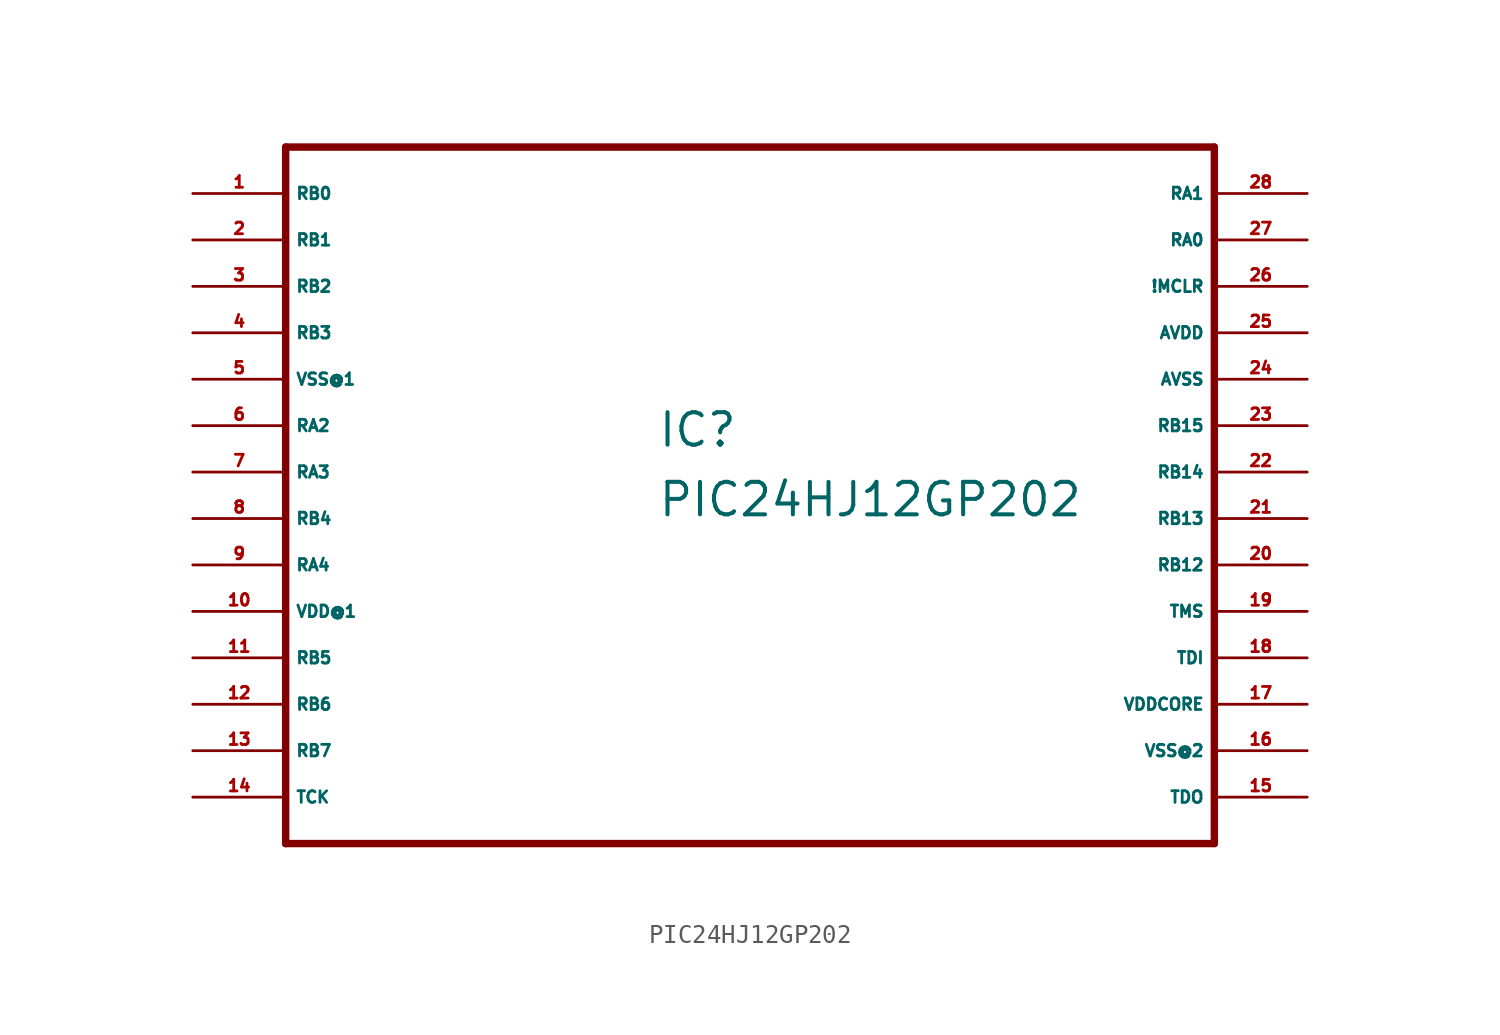
<source format=kicad_sym>
(kicad_symbol_lib
  (version 20220914)
  (generator Eagle2Kicad)
  (symbol "PIC24HJ12GP202"
    (property "Reference" "IC"
      (at -5.08 1.27 0)
      (effects (font (size 1.778 1.778) (thickness 0.22)) (justify left bottom)))
    (property "Value" "PIC24HJ12GP202"
      (at -5.08 -2.54 0)
      (effects (font (size 1.778 1.778) (thickness 0.22)) (justify left bottom)))
    (polyline
      (pts (xy -25.4 -20.32) (xy 25.4 -20.32))
      (stroke (width 0.406) (type default))
      (fill (type none)))
    (polyline
      (pts (xy 25.4 -20.32) (xy 25.4 17.78))
      (stroke (width 0.406) (type default))
      (fill (type none)))
    (polyline
      (pts (xy 25.4 17.78) (xy -25.4 17.78))
      (stroke (width 0.406) (type default))
      (fill (type none)))
    (polyline
      (pts (xy -25.4 17.78) (xy -25.4 -20.32))
      (stroke (width 0.406) (type default))
      (fill (type none)))
    (pin bidirectional line
      (at -30.48 15.24 0)
      (length 5.08)
      (name "RB0" (effects (font (size 0.635 0.635) (thickness 0.08)) (justify left bottom)))
      (number "1" (effects (font (size 0.635 0.635) (thickness 0.08)) (justify left bottom))))
    (pin bidirectional line
      (at -30.48 12.7 0)
      (length 5.08)
      (name "RB1" (effects (font (size 0.635 0.635) (thickness 0.08)) (justify left bottom)))
      (number "2" (effects (font (size 0.635 0.635) (thickness 0.08)) (justify left bottom))))
    (pin bidirectional line
      (at -30.48 10.16 0)
      (length 5.08)
      (name "RB2" (effects (font (size 0.635 0.635) (thickness 0.08)) (justify left bottom)))
      (number "3" (effects (font (size 0.635 0.635) (thickness 0.08)) (justify left bottom))))
    (pin bidirectional line
      (at -30.48 7.62 0)
      (length 5.08)
      (name "RB3" (effects (font (size 0.635 0.635) (thickness 0.08)) (justify left bottom)))
      (number "4" (effects (font (size 0.635 0.635) (thickness 0.08)) (justify left bottom))))
    (pin unspecified line
      (at -30.48 5.08 0)
      (length 5.08)
      (name "VSS@1" (effects (font (size 0.635 0.635) (thickness 0.08)) (justify left bottom)))
      (number "5" (effects (font (size 0.635 0.635) (thickness 0.08)) (justify left bottom))))
    (pin bidirectional line
      (at -30.48 2.54 0)
      (length 5.08)
      (name "RA2" (effects (font (size 0.635 0.635) (thickness 0.08)) (justify left bottom)))
      (number "6" (effects (font (size 0.635 0.635) (thickness 0.08)) (justify left bottom))))
    (pin bidirectional line
      (at -30.48 0 0)
      (length 5.08)
      (name "RA3" (effects (font (size 0.635 0.635) (thickness 0.08)) (justify left bottom)))
      (number "7" (effects (font (size 0.635 0.635) (thickness 0.08)) (justify left bottom))))
    (pin bidirectional line
      (at -30.48 -2.54 0)
      (length 5.08)
      (name "RB4" (effects (font (size 0.635 0.635) (thickness 0.08)) (justify left bottom)))
      (number "8" (effects (font (size 0.635 0.635) (thickness 0.08)) (justify left bottom))))
    (pin bidirectional line
      (at -30.48 -5.08 0)
      (length 5.08)
      (name "RA4" (effects (font (size 0.635 0.635) (thickness 0.08)) (justify left bottom)))
      (number "9" (effects (font (size 0.635 0.635) (thickness 0.08)) (justify left bottom))))
    (pin unspecified line
      (at -30.48 -7.62 0)
      (length 5.08)
      (name "VDD@1" (effects (font (size 0.635 0.635) (thickness 0.08)) (justify left bottom)))
      (number "10" (effects (font (size 0.635 0.635) (thickness 0.08)) (justify left bottom))))
    (pin bidirectional line
      (at -30.48 -10.16 0)
      (length 5.08)
      (name "RB5" (effects (font (size 0.635 0.635) (thickness 0.08)) (justify left bottom)))
      (number "11" (effects (font (size 0.635 0.635) (thickness 0.08)) (justify left bottom))))
    (pin bidirectional line
      (at -30.48 -12.7 0)
      (length 5.08)
      (name "RB6" (effects (font (size 0.635 0.635) (thickness 0.08)) (justify left bottom)))
      (number "12" (effects (font (size 0.635 0.635) (thickness 0.08)) (justify left bottom))))
    (pin bidirectional line
      (at -30.48 -15.24 0)
      (length 5.08)
      (name "RB7" (effects (font (size 0.635 0.635) (thickness 0.08)) (justify left bottom)))
      (number "13" (effects (font (size 0.635 0.635) (thickness 0.08)) (justify left bottom))))
    (pin input line
      (at -30.48 -17.78 0)
      (length 5.08)
      (name "TCK" (effects (font (size 0.635 0.635) (thickness 0.08)) (justify left bottom)))
      (number "14" (effects (font (size 0.635 0.635) (thickness 0.08)) (justify left bottom))))
    (pin output line
      (at 30.48 -17.78 180)
      (length 5.08)
      (name "TDO" (effects (font (size 0.635 0.635) (thickness 0.08)) (justify left bottom)))
      (number "15" (effects (font (size 0.635 0.635) (thickness 0.08)) (justify left bottom))))
    (pin unspecified line
      (at 30.48 -15.24 180)
      (length 5.08)
      (name "VSS@2" (effects (font (size 0.635 0.635) (thickness 0.08)) (justify left bottom)))
      (number "16" (effects (font (size 0.635 0.635) (thickness 0.08)) (justify left bottom))))
    (pin unspecified line
      (at 30.48 -12.7 180)
      (length 5.08)
      (name "VDDCORE" (effects (font (size 0.635 0.635) (thickness 0.08)) (justify left bottom)))
      (number "17" (effects (font (size 0.635 0.635) (thickness 0.08)) (justify left bottom))))
    (pin input line
      (at 30.48 -10.16 180)
      (length 5.08)
      (name "TDI" (effects (font (size 0.635 0.635) (thickness 0.08)) (justify left bottom)))
      (number "18" (effects (font (size 0.635 0.635) (thickness 0.08)) (justify left bottom))))
    (pin input line
      (at 30.48 -7.62 180)
      (length 5.08)
      (name "TMS" (effects (font (size 0.635 0.635) (thickness 0.08)) (justify left bottom)))
      (number "19" (effects (font (size 0.635 0.635) (thickness 0.08)) (justify left bottom))))
    (pin bidirectional line
      (at 30.48 -5.08 180)
      (length 5.08)
      (name "RB12" (effects (font (size 0.635 0.635) (thickness 0.08)) (justify left bottom)))
      (number "20" (effects (font (size 0.635 0.635) (thickness 0.08)) (justify left bottom))))
    (pin bidirectional line
      (at 30.48 -2.54 180)
      (length 5.08)
      (name "RB13" (effects (font (size 0.635 0.635) (thickness 0.08)) (justify left bottom)))
      (number "21" (effects (font (size 0.635 0.635) (thickness 0.08)) (justify left bottom))))
    (pin bidirectional line
      (at 30.48 0 180)
      (length 5.08)
      (name "RB14" (effects (font (size 0.635 0.635) (thickness 0.08)) (justify left bottom)))
      (number "22" (effects (font (size 0.635 0.635) (thickness 0.08)) (justify left bottom))))
    (pin bidirectional line
      (at 30.48 2.54 180)
      (length 5.08)
      (name "RB15" (effects (font (size 0.635 0.635) (thickness 0.08)) (justify left bottom)))
      (number "23" (effects (font (size 0.635 0.635) (thickness 0.08)) (justify left bottom))))
    (pin unspecified line
      (at 30.48 5.08 180)
      (length 5.08)
      (name "AVSS" (effects (font (size 0.635 0.635) (thickness 0.08)) (justify left bottom)))
      (number "24" (effects (font (size 0.635 0.635) (thickness 0.08)) (justify left bottom))))
    (pin unspecified line
      (at 30.48 7.62 180)
      (length 5.08)
      (name "AVDD" (effects (font (size 0.635 0.635) (thickness 0.08)) (justify left bottom)))
      (number "25" (effects (font (size 0.635 0.635) (thickness 0.08)) (justify left bottom))))
    (pin bidirectional line
      (at 30.48 10.16 180)
      (length 5.08)
      (name "!MCLR" (effects (font (size 0.635 0.635) (thickness 0.08)) (justify left bottom)))
      (number "26" (effects (font (size 0.635 0.635) (thickness 0.08)) (justify left bottom))))
    (pin bidirectional line
      (at 30.48 12.7 180)
      (length 5.08)
      (name "RA0" (effects (font (size 0.635 0.635) (thickness 0.08)) (justify left bottom)))
      (number "27" (effects (font (size 0.635 0.635) (thickness 0.08)) (justify left bottom))))
    (pin bidirectional line
      (at 30.48 15.24 180)
      (length 5.08)
      (name "RA1" (effects (font (size 0.635 0.635) (thickness 0.08)) (justify left bottom)))
      (number "28" (effects (font (size 0.635 0.635) (thickness 0.08)) (justify left bottom))))))
</source>
